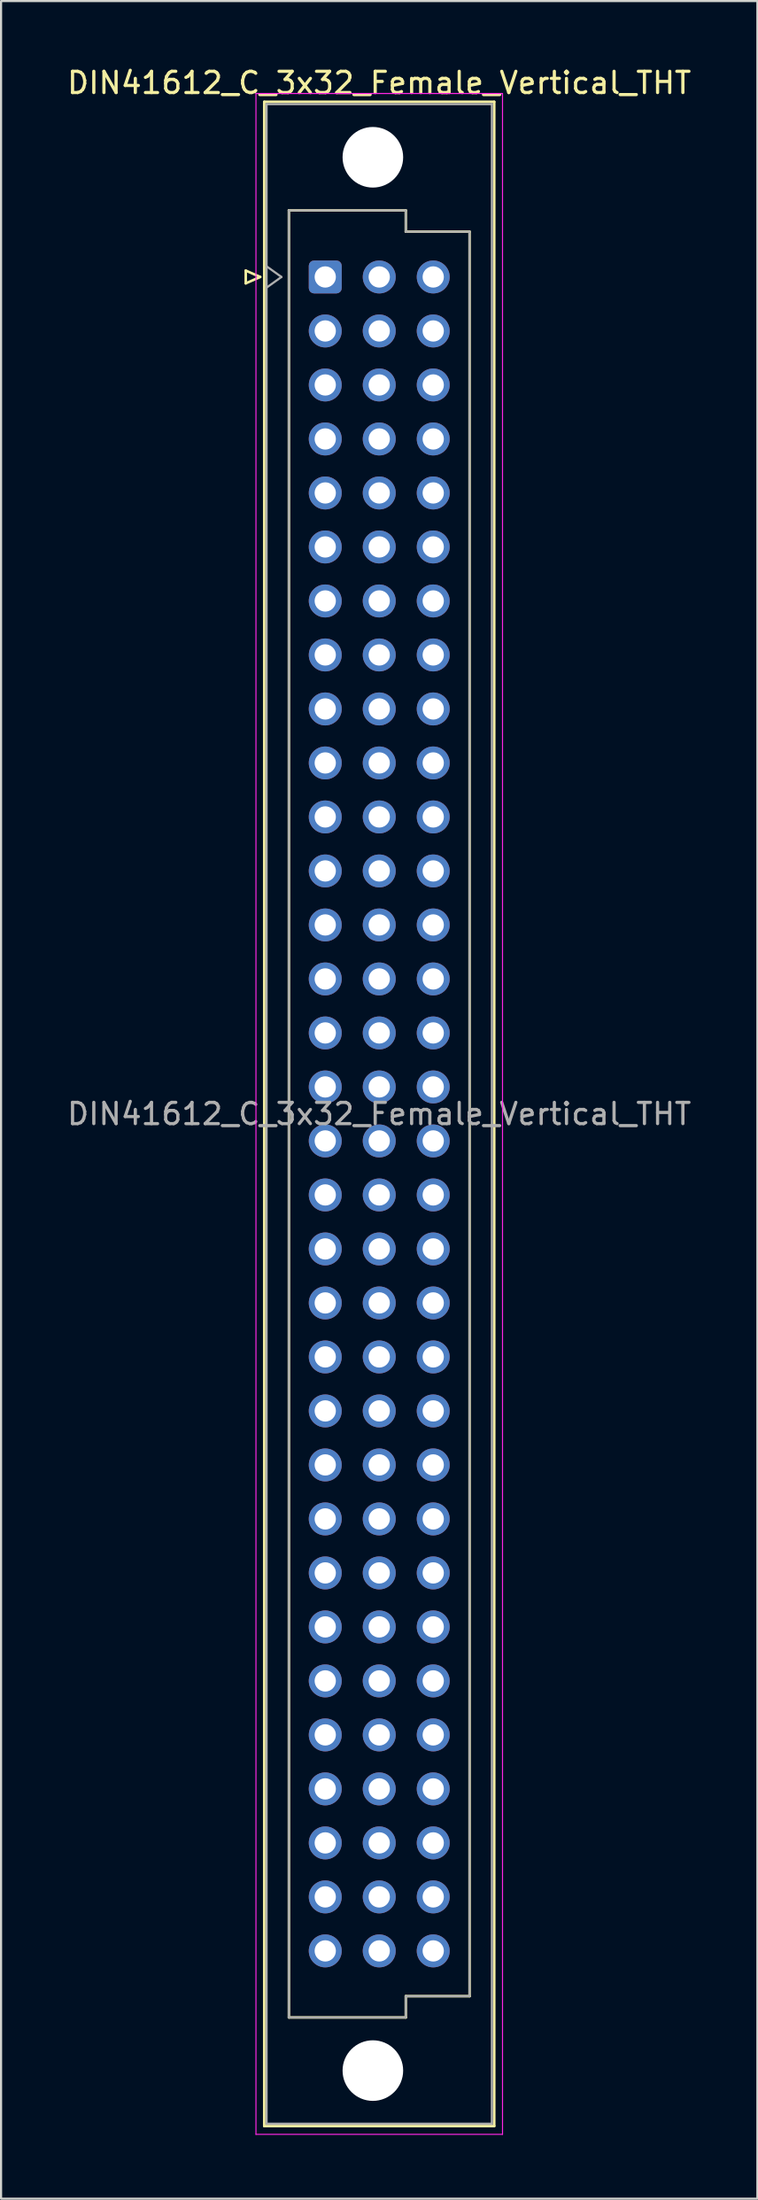
<source format=kicad_pcb>
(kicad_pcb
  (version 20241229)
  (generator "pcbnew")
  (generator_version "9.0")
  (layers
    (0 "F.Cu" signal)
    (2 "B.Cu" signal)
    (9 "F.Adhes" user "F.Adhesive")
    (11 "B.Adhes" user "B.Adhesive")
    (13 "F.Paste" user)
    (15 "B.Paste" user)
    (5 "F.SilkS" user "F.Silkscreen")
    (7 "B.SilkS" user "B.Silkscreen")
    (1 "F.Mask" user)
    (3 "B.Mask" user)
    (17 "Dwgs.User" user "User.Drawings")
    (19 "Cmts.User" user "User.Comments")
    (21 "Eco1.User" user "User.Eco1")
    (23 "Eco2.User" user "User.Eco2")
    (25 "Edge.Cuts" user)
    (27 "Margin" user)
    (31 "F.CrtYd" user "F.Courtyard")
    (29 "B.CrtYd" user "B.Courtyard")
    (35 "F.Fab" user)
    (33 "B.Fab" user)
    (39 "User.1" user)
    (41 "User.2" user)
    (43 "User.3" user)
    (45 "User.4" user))
  (footprint "DIN41612_C_3x32_Female_Vertical_THT"
    (layer "F.Cu")
    (at 12.252 9.978)
    (property "Reference" "DIN41612_C_3x32_Female_Vertical_THT" (at 2.54 -9.13 0) (layer "F.SilkS") (effects (font (size 1 1) (thickness 0.15))))
    (attr through_hole)
    (fp_line (start -3.74 -0.3) (end -3.74 0.3) (stroke (width 0.12) (type solid)) (layer "F.SilkS"))
    (fp_line (start -3.74 0.3) (end -3.06 0) (stroke (width 0.12) (type solid)) (layer "F.SilkS"))
    (fp_line (start -3.06 0) (end -3.74 -0.3) (stroke (width 0.12) (type solid)) (layer "F.SilkS"))
    (fp_line (start -2.87 -8.24) (end 7.95 -8.24) (stroke (width 0.12) (type solid)) (layer "F.SilkS"))
    (fp_line (start -2.87 86.98) (end -2.87 -8.24) (stroke (width 0.12) (type solid)) (layer "F.SilkS"))
    (fp_line (start -1.71 -3.131) (end 3.79 -3.131) (stroke (width 0.12) (type solid)) (layer "F.SilkS"))
    (fp_line (start -1.71 81.87) (end -1.71 -3.131) (stroke (width 0.12) (type solid)) (layer "F.SilkS"))
    (fp_line (start 3.79 -3.131) (end 3.79 -2.131) (stroke (width 0.12) (type solid)) (layer "F.SilkS"))
    (fp_line (start 3.79 -2.131) (end 6.79 -2.131) (stroke (width 0.12) (type solid)) (layer "F.SilkS"))
    (fp_line (start 3.79 80.87) (end 3.79 81.87) (stroke (width 0.12) (type solid)) (layer "F.SilkS"))
    (fp_line (start 3.79 81.87) (end -1.71 81.87) (stroke (width 0.12) (type solid)) (layer "F.SilkS"))
    (fp_line (start 6.79 -2.131) (end 6.79 80.87) (stroke (width 0.12) (type solid)) (layer "F.SilkS"))
    (fp_line (start 6.79 80.87) (end 3.79 80.87) (stroke (width 0.12) (type solid)) (layer "F.SilkS"))
    (fp_line (start 7.95 -8.24) (end 7.95 86.98) (stroke (width 0.12) (type solid)) (layer "F.SilkS"))
    (fp_line (start 7.95 86.98) (end -2.87 86.98) (stroke (width 0.12) (type solid)) (layer "F.SilkS"))
    (fp_line (start -3.26 -8.63) (end 8.34 -8.63) (stroke (width 0.05) (type solid)) (layer "F.CrtYd"))
    (fp_line (start -3.26 87.37) (end -3.26 -8.63) (stroke (width 0.05) (type solid)) (layer "F.CrtYd"))
    (fp_line (start 8.34 -8.63) (end 8.34 87.37) (stroke (width 0.05) (type solid)) (layer "F.CrtYd"))
    (fp_line (start 8.34 87.37) (end -3.26 87.37) (stroke (width 0.05) (type solid)) (layer "F.CrtYd"))
    (fp_line (start -2.76 -8.13) (end 7.84 -8.13) (stroke (width 0.1) (type solid)) (layer "F.Fab"))
    (fp_line (start -2.76 -0.5) (end -2.06 0) (stroke (width 0.1) (type solid)) (layer "F.Fab"))
    (fp_line (start -2.76 86.87) (end -2.76 -8.13) (stroke (width 0.1) (type solid)) (layer "F.Fab"))
    (fp_line (start -2.06 0) (end -2.76 0.5) (stroke (width 0.1) (type solid)) (layer "F.Fab"))
    (fp_line (start -1.71 -3.13) (end 3.79 -3.13) (stroke (width 0.1) (type solid)) (layer "F.Fab"))
    (fp_line (start -1.71 81.87) (end -1.71 -3.13) (stroke (width 0.1) (type solid)) (layer "F.Fab"))
    (fp_line (start 3.79 -3.13) (end 3.79 -2.13) (stroke (width 0.1) (type solid)) (layer "F.Fab"))
    (fp_line (start 3.79 -2.13) (end 6.79 -2.13) (stroke (width 0.1) (type solid)) (layer "F.Fab"))
    (fp_line (start 3.79 80.87) (end 3.79 81.87) (stroke (width 0.1) (type solid)) (layer "F.Fab"))
    (fp_line (start 3.79 81.87) (end -1.71 81.87) (stroke (width 0.1) (type solid)) (layer "F.Fab"))
    (fp_line (start 6.79 -2.13) (end 6.79 80.87) (stroke (width 0.1) (type solid)) (layer "F.Fab"))
    (fp_line (start 6.79 80.87) (end 3.79 80.87) (stroke (width 0.1) (type solid)) (layer "F.Fab"))
    (fp_line (start 7.84 -8.13) (end 7.84 86.87) (stroke (width 0.1) (type solid)) (layer "F.Fab"))
    (fp_line (start 7.84 86.87) (end -2.76 86.87) (stroke (width 0.1) (type solid)) (layer "F.Fab"))
    (fp_text user "${REFERENCE}" (at 2.54 39.37 0) (layer "F.Fab") (effects (font (size 1 1) (thickness 0.15))))
    (pad "" np_thru_hole circle (at 2.24 -5.63) (size 2.85 2.85) (drill 2.85) (layers "*.Cu" "*.Mask"))
    (pad "" np_thru_hole circle (at 2.24 84.37) (size 2.85 2.85) (drill 2.85) (layers "*.Cu" "*.Mask"))
    (pad "A1" thru_hole roundrect (at 0 0) (size 1.55 1.55) (drill 1) (layers "*.Cu" "*.Mask") (roundrect_rratio 0.161))
    (pad "A2" thru_hole circle (at 0 2.54) (size 1.55 1.55) (drill 1) (layers "*.Cu" "*.Mask"))
    (pad "A3" thru_hole circle (at 0 5.08) (size 1.55 1.55) (drill 1) (layers "*.Cu" "*.Mask"))
    (pad "A4" thru_hole circle (at 0 7.62) (size 1.55 1.55) (drill 1) (layers "*.Cu" "*.Mask"))
    (pad "A5" thru_hole circle (at 0 10.16) (size 1.55 1.55) (drill 1) (layers "*.Cu" "*.Mask"))
    (pad "A6" thru_hole circle (at 0 12.7) (size 1.55 1.55) (drill 1) (layers "*.Cu" "*.Mask"))
    (pad "A7" thru_hole circle (at 0 15.24) (size 1.55 1.55) (drill 1) (layers "*.Cu" "*.Mask"))
    (pad "A8" thru_hole circle (at 0 17.78) (size 1.55 1.55) (drill 1) (layers "*.Cu" "*.Mask"))
    (pad "A9" thru_hole circle (at 0 20.32) (size 1.55 1.55) (drill 1) (layers "*.Cu" "*.Mask"))
    (pad "A10" thru_hole circle (at 0 22.86) (size 1.55 1.55) (drill 1) (layers "*.Cu" "*.Mask"))
    (pad "A11" thru_hole circle (at 0 25.4) (size 1.55 1.55) (drill 1) (layers "*.Cu" "*.Mask"))
    (pad "A12" thru_hole circle (at 0 27.94) (size 1.55 1.55) (drill 1) (layers "*.Cu" "*.Mask"))
    (pad "A13" thru_hole circle (at 0 30.48) (size 1.55 1.55) (drill 1) (layers "*.Cu" "*.Mask"))
    (pad "A14" thru_hole circle (at 0 33.02) (size 1.55 1.55) (drill 1) (layers "*.Cu" "*.Mask"))
    (pad "A15" thru_hole circle (at 0 35.56) (size 1.55 1.55) (drill 1) (layers "*.Cu" "*.Mask"))
    (pad "A16" thru_hole circle (at 0 38.1) (size 1.55 1.55) (drill 1) (layers "*.Cu" "*.Mask"))
    (pad "A17" thru_hole circle (at 0 40.64) (size 1.55 1.55) (drill 1) (layers "*.Cu" "*.Mask"))
    (pad "A18" thru_hole circle (at 0 43.18) (size 1.55 1.55) (drill 1) (layers "*.Cu" "*.Mask"))
    (pad "A19" thru_hole circle (at 0 45.72) (size 1.55 1.55) (drill 1) (layers "*.Cu" "*.Mask"))
    (pad "A20" thru_hole circle (at 0 48.26) (size 1.55 1.55) (drill 1) (layers "*.Cu" "*.Mask"))
    (pad "A21" thru_hole circle (at 0 50.8) (size 1.55 1.55) (drill 1) (layers "*.Cu" "*.Mask"))
    (pad "A22" thru_hole circle (at 0 53.34) (size 1.55 1.55) (drill 1) (layers "*.Cu" "*.Mask"))
    (pad "A23" thru_hole circle (at 0 55.88) (size 1.55 1.55) (drill 1) (layers "*.Cu" "*.Mask"))
    (pad "A24" thru_hole circle (at 0 58.42) (size 1.55 1.55) (drill 1) (layers "*.Cu" "*.Mask"))
    (pad "A25" thru_hole circle (at 0 60.96) (size 1.55 1.55) (drill 1) (layers "*.Cu" "*.Mask"))
    (pad "A26" thru_hole circle (at 0 63.5) (size 1.55 1.55) (drill 1) (layers "*.Cu" "*.Mask"))
    (pad "A27" thru_hole circle (at 0 66.04) (size 1.55 1.55) (drill 1) (layers "*.Cu" "*.Mask"))
    (pad "A28" thru_hole circle (at 0 68.58) (size 1.55 1.55) (drill 1) (layers "*.Cu" "*.Mask"))
    (pad "A29" thru_hole circle (at 0 71.12) (size 1.55 1.55) (drill 1) (layers "*.Cu" "*.Mask"))
    (pad "A30" thru_hole circle (at 0 73.66) (size 1.55 1.55) (drill 1) (layers "*.Cu" "*.Mask"))
    (pad "A31" thru_hole circle (at 0 76.2) (size 1.55 1.55) (drill 1) (layers "*.Cu" "*.Mask"))
    (pad "A32" thru_hole circle (at 0 78.74) (size 1.55 1.55) (drill 1) (layers "*.Cu" "*.Mask"))
    (pad "B1" thru_hole circle (at 2.54 0) (size 1.55 1.55) (drill 1) (layers "*.Cu" "*.Mask"))
    (pad "B2" thru_hole circle (at 2.54 2.54) (size 1.55 1.55) (drill 1) (layers "*.Cu" "*.Mask"))
    (pad "B3" thru_hole circle (at 2.54 5.08) (size 1.55 1.55) (drill 1) (layers "*.Cu" "*.Mask"))
    (pad "B4" thru_hole circle (at 2.54 7.62) (size 1.55 1.55) (drill 1) (layers "*.Cu" "*.Mask"))
    (pad "B5" thru_hole circle (at 2.54 10.16) (size 1.55 1.55) (drill 1) (layers "*.Cu" "*.Mask"))
    (pad "B6" thru_hole circle (at 2.54 12.7) (size 1.55 1.55) (drill 1) (layers "*.Cu" "*.Mask"))
    (pad "B7" thru_hole circle (at 2.54 15.24) (size 1.55 1.55) (drill 1) (layers "*.Cu" "*.Mask"))
    (pad "B8" thru_hole circle (at 2.54 17.78) (size 1.55 1.55) (drill 1) (layers "*.Cu" "*.Mask"))
    (pad "B9" thru_hole circle (at 2.54 20.32) (size 1.55 1.55) (drill 1) (layers "*.Cu" "*.Mask"))
    (pad "B10" thru_hole circle (at 2.54 22.86) (size 1.55 1.55) (drill 1) (layers "*.Cu" "*.Mask"))
    (pad "B11" thru_hole circle (at 2.54 25.4) (size 1.55 1.55) (drill 1) (layers "*.Cu" "*.Mask"))
    (pad "B12" thru_hole circle (at 2.54 27.94) (size 1.55 1.55) (drill 1) (layers "*.Cu" "*.Mask"))
    (pad "B13" thru_hole circle (at 2.54 30.48) (size 1.55 1.55) (drill 1) (layers "*.Cu" "*.Mask"))
    (pad "B14" thru_hole circle (at 2.54 33.02) (size 1.55 1.55) (drill 1) (layers "*.Cu" "*.Mask"))
    (pad "B15" thru_hole circle (at 2.54 35.56) (size 1.55 1.55) (drill 1) (layers "*.Cu" "*.Mask"))
    (pad "B16" thru_hole circle (at 2.54 38.1) (size 1.55 1.55) (drill 1) (layers "*.Cu" "*.Mask"))
    (pad "B17" thru_hole circle (at 2.54 40.64) (size 1.55 1.55) (drill 1) (layers "*.Cu" "*.Mask"))
    (pad "B18" thru_hole circle (at 2.54 43.18) (size 1.55 1.55) (drill 1) (layers "*.Cu" "*.Mask"))
    (pad "B19" thru_hole circle (at 2.54 45.72) (size 1.55 1.55) (drill 1) (layers "*.Cu" "*.Mask"))
    (pad "B20" thru_hole circle (at 2.54 48.26) (size 1.55 1.55) (drill 1) (layers "*.Cu" "*.Mask"))
    (pad "B21" thru_hole circle (at 2.54 50.8) (size 1.55 1.55) (drill 1) (layers "*.Cu" "*.Mask"))
    (pad "B22" thru_hole circle (at 2.54 53.34) (size 1.55 1.55) (drill 1) (layers "*.Cu" "*.Mask"))
    (pad "B23" thru_hole circle (at 2.54 55.88) (size 1.55 1.55) (drill 1) (layers "*.Cu" "*.Mask"))
    (pad "B24" thru_hole circle (at 2.54 58.42) (size 1.55 1.55) (drill 1) (layers "*.Cu" "*.Mask"))
    (pad "B25" thru_hole circle (at 2.54 60.96) (size 1.55 1.55) (drill 1) (layers "*.Cu" "*.Mask"))
    (pad "B26" thru_hole circle (at 2.54 63.5) (size 1.55 1.55) (drill 1) (layers "*.Cu" "*.Mask"))
    (pad "B27" thru_hole circle (at 2.54 66.04) (size 1.55 1.55) (drill 1) (layers "*.Cu" "*.Mask"))
    (pad "B28" thru_hole circle (at 2.54 68.58) (size 1.55 1.55) (drill 1) (layers "*.Cu" "*.Mask"))
    (pad "B29" thru_hole circle (at 2.54 71.12) (size 1.55 1.55) (drill 1) (layers "*.Cu" "*.Mask"))
    (pad "B30" thru_hole circle (at 2.54 73.66) (size 1.55 1.55) (drill 1) (layers "*.Cu" "*.Mask"))
    (pad "B31" thru_hole circle (at 2.54 76.2) (size 1.55 1.55) (drill 1) (layers "*.Cu" "*.Mask"))
    (pad "B32" thru_hole circle (at 2.54 78.74) (size 1.55 1.55) (drill 1) (layers "*.Cu" "*.Mask"))
    (pad "C1" thru_hole circle (at 5.08 0) (size 1.55 1.55) (drill 1) (layers "*.Cu" "*.Mask"))
    (pad "C2" thru_hole circle (at 5.08 2.54) (size 1.55 1.55) (drill 1) (layers "*.Cu" "*.Mask"))
    (pad "C3" thru_hole circle (at 5.08 5.08) (size 1.55 1.55) (drill 1) (layers "*.Cu" "*.Mask"))
    (pad "C4" thru_hole circle (at 5.08 7.62) (size 1.55 1.55) (drill 1) (layers "*.Cu" "*.Mask"))
    (pad "C5" thru_hole circle (at 5.08 10.16) (size 1.55 1.55) (drill 1) (layers "*.Cu" "*.Mask"))
    (pad "C6" thru_hole circle (at 5.08 12.7) (size 1.55 1.55) (drill 1) (layers "*.Cu" "*.Mask"))
    (pad "C7" thru_hole circle (at 5.08 15.24) (size 1.55 1.55) (drill 1) (layers "*.Cu" "*.Mask"))
    (pad "C8" thru_hole circle (at 5.08 17.78) (size 1.55 1.55) (drill 1) (layers "*.Cu" "*.Mask"))
    (pad "C9" thru_hole circle (at 5.08 20.32) (size 1.55 1.55) (drill 1) (layers "*.Cu" "*.Mask"))
    (pad "C10" thru_hole circle (at 5.08 22.86) (size 1.55 1.55) (drill 1) (layers "*.Cu" "*.Mask"))
    (pad "C11" thru_hole circle (at 5.08 25.4) (size 1.55 1.55) (drill 1) (layers "*.Cu" "*.Mask"))
    (pad "C12" thru_hole circle (at 5.08 27.94) (size 1.55 1.55) (drill 1) (layers "*.Cu" "*.Mask"))
    (pad "C13" thru_hole circle (at 5.08 30.48) (size 1.55 1.55) (drill 1) (layers "*.Cu" "*.Mask"))
    (pad "C14" thru_hole circle (at 5.08 33.02) (size 1.55 1.55) (drill 1) (layers "*.Cu" "*.Mask"))
    (pad "C15" thru_hole circle (at 5.08 35.56) (size 1.55 1.55) (drill 1) (layers "*.Cu" "*.Mask"))
    (pad "C16" thru_hole circle (at 5.08 38.1) (size 1.55 1.55) (drill 1) (layers "*.Cu" "*.Mask"))
    (pad "C17" thru_hole circle (at 5.08 40.64) (size 1.55 1.55) (drill 1) (layers "*.Cu" "*.Mask"))
    (pad "C18" thru_hole circle (at 5.08 43.18) (size 1.55 1.55) (drill 1) (layers "*.Cu" "*.Mask"))
    (pad "C19" thru_hole circle (at 5.08 45.72) (size 1.55 1.55) (drill 1) (layers "*.Cu" "*.Mask"))
    (pad "C20" thru_hole circle (at 5.08 48.26) (size 1.55 1.55) (drill 1) (layers "*.Cu" "*.Mask"))
    (pad "C21" thru_hole circle (at 5.08 50.8) (size 1.55 1.55) (drill 1) (layers "*.Cu" "*.Mask"))
    (pad "C22" thru_hole circle (at 5.08 53.34) (size 1.55 1.55) (drill 1) (layers "*.Cu" "*.Mask"))
    (pad "C23" thru_hole circle (at 5.08 55.88) (size 1.55 1.55) (drill 1) (layers "*.Cu" "*.Mask"))
    (pad "C24" thru_hole circle (at 5.08 58.42) (size 1.55 1.55) (drill 1) (layers "*.Cu" "*.Mask"))
    (pad "C25" thru_hole circle (at 5.08 60.96) (size 1.55 1.55) (drill 1) (layers "*.Cu" "*.Mask"))
    (pad "C26" thru_hole circle (at 5.08 63.5) (size 1.55 1.55) (drill 1) (layers "*.Cu" "*.Mask"))
    (pad "C27" thru_hole circle (at 5.08 66.04) (size 1.55 1.55) (drill 1) (layers "*.Cu" "*.Mask"))
    (pad "C28" thru_hole circle (at 5.08 68.58) (size 1.55 1.55) (drill 1) (layers "*.Cu" "*.Mask"))
    (pad "C29" thru_hole circle (at 5.08 71.12) (size 1.55 1.55) (drill 1) (layers "*.Cu" "*.Mask"))
    (pad "C30" thru_hole circle (at 5.08 73.66) (size 1.55 1.55) (drill 1) (layers "*.Cu" "*.Mask"))
    (pad "C31" thru_hole circle (at 5.08 76.2) (size 1.55 1.55) (drill 1) (layers "*.Cu" "*.Mask"))
    (pad "C32" thru_hole circle (at 5.08 78.74) (size 1.55 1.55) (drill 1) (layers "*.Cu" "*.Mask")))
  (gr_rect
    (start -3 -3)
    (end 32.583 100.373)
    (stroke (width 0.1) (type default))
    (fill no)
    (layer "Edge.Cuts")))
</source>
